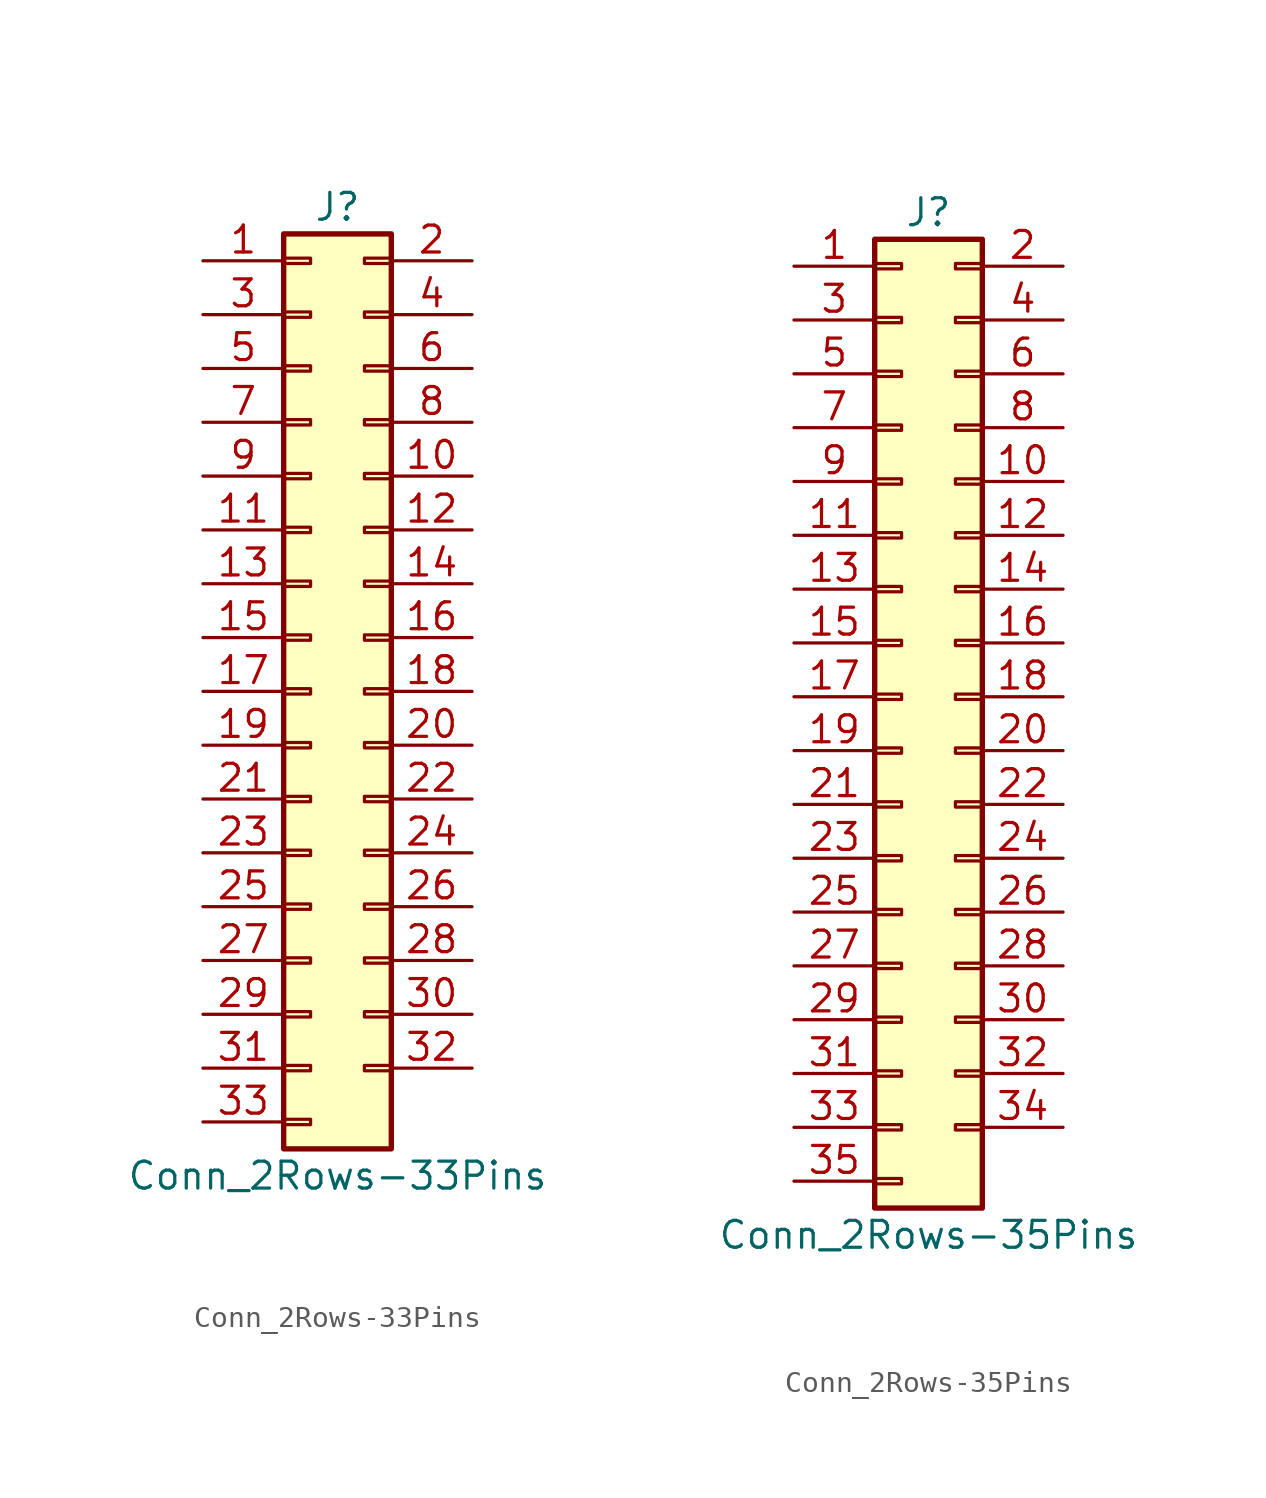
<source format=kicad_sym>
(kicad_symbol_lib
  (version 20220914)
  (generator kicad_symbol_editor)
  (symbol "Conn_2Rows-33Pins"
    (pin_names
      (offset 1.016) hide)
    (property "Reference" "J"
      (at 1.27 22.86 0)
      (effects (font (size 1.27 1.27))))
    (property "Value" "Conn_2Rows-33Pins"
      (at 1.27 -22.86 0)
      (effects (font (size 1.27 1.27))))
    (symbol "Conn_2Rows-33Pins_1_1"
      (rectangle (start -1.27 -20.193) (end 0 -20.447) (stroke (width 0.152) (type solid)) (fill (type none)))
      (rectangle (start -1.27 -17.653) (end 0 -17.907) (stroke (width 0.152) (type solid)) (fill (type none)))
      (rectangle (start -1.27 -15.113) (end 0 -15.367) (stroke (width 0.152) (type solid)) (fill (type none)))
      (rectangle (start -1.27 -12.573) (end 0 -12.827) (stroke (width 0.152) (type solid)) (fill (type none)))
      (rectangle (start -1.27 -10.033) (end 0 -10.287) (stroke (width 0.152) (type solid)) (fill (type none)))
      (rectangle (start -1.27 -7.493) (end 0 -7.747) (stroke (width 0.152) (type solid)) (fill (type none)))
      (rectangle (start -1.27 -4.953) (end 0 -5.207) (stroke (width 0.152) (type solid)) (fill (type none)))
      (rectangle (start -1.27 -2.413) (end 0 -2.667) (stroke (width 0.152) (type solid)) (fill (type none)))
      (rectangle (start -1.27 0.127) (end 0 -0.127) (stroke (width 0.152) (type solid)) (fill (type none)))
      (rectangle (start -1.27 2.667) (end 0 2.413) (stroke (width 0.152) (type solid)) (fill (type none)))
      (rectangle (start -1.27 5.207) (end 0 4.953) (stroke (width 0.152) (type solid)) (fill (type none)))
      (rectangle (start -1.27 7.747) (end 0 7.493) (stroke (width 0.152) (type solid)) (fill (type none)))
      (rectangle (start -1.27 10.287) (end 0 10.033) (stroke (width 0.152) (type solid)) (fill (type none)))
      (rectangle (start -1.27 12.827) (end 0 12.573) (stroke (width 0.152) (type solid)) (fill (type none)))
      (rectangle (start -1.27 15.367) (end 0 15.113) (stroke (width 0.152) (type solid)) (fill (type none)))
      (rectangle (start -1.27 17.907) (end 0 17.653) (stroke (width 0.152) (type solid)) (fill (type none)))
      (rectangle (start -1.27 20.447) (end 0 20.193) (stroke (width 0.152) (type solid)) (fill (type none)))
      (rectangle (start -1.27 21.59) (end 3.81 -21.59) (stroke (width 0.254) (type solid)) (fill (type background)))
      (rectangle (start 3.81 -17.653) (end 2.54 -17.907) (stroke (width 0.152) (type solid)) (fill (type none)))
      (rectangle (start 3.81 -15.113) (end 2.54 -15.367) (stroke (width 0.152) (type solid)) (fill (type none)))
      (rectangle (start 3.81 -12.573) (end 2.54 -12.827) (stroke (width 0.152) (type solid)) (fill (type none)))
      (rectangle (start 3.81 -10.033) (end 2.54 -10.287) (stroke (width 0.152) (type solid)) (fill (type none)))
      (rectangle (start 3.81 -7.493) (end 2.54 -7.747) (stroke (width 0.152) (type solid)) (fill (type none)))
      (rectangle (start 3.81 -4.953) (end 2.54 -5.207) (stroke (width 0.152) (type solid)) (fill (type none)))
      (rectangle (start 3.81 -2.413) (end 2.54 -2.667) (stroke (width 0.152) (type solid)) (fill (type none)))
      (rectangle (start 3.81 0.127) (end 2.54 -0.127) (stroke (width 0.152) (type solid)) (fill (type none)))
      (rectangle (start 3.81 2.667) (end 2.54 2.413) (stroke (width 0.152) (type solid)) (fill (type none)))
      (rectangle (start 3.81 5.207) (end 2.54 4.953) (stroke (width 0.152) (type solid)) (fill (type none)))
      (rectangle (start 3.81 7.747) (end 2.54 7.493) (stroke (width 0.152) (type solid)) (fill (type none)))
      (rectangle (start 3.81 10.287) (end 2.54 10.033) (stroke (width 0.152) (type solid)) (fill (type none)))
      (rectangle (start 3.81 12.827) (end 2.54 12.573) (stroke (width 0.152) (type solid)) (fill (type none)))
      (rectangle (start 3.81 15.367) (end 2.54 15.113) (stroke (width 0.152) (type solid)) (fill (type none)))
      (rectangle (start 3.81 17.907) (end 2.54 17.653) (stroke (width 0.152) (type solid)) (fill (type none)))
      (rectangle (start 3.81 20.447) (end 2.54 20.193) (stroke (width 0.152) (type solid)) (fill (type none)))
      (pin passive line (at -5.08 20.32 0) (length 3.81) (name "Pin_1" (effects (font (size 1.27 1.27)))) (number "1" (effects (font (size 1.27 1.27)))))
      (pin passive line (at 7.62 10.16 180) (length 3.81) (name "Pin_10" (effects (font (size 1.27 1.27)))) (number "10" (effects (font (size 1.27 1.27)))))
      (pin passive line (at -5.08 7.62 0) (length 3.81) (name "Pin_11" (effects (font (size 1.27 1.27)))) (number "11" (effects (font (size 1.27 1.27)))))
      (pin passive line (at 7.62 7.62 180) (length 3.81) (name "Pin_12" (effects (font (size 1.27 1.27)))) (number "12" (effects (font (size 1.27 1.27)))))
      (pin passive line (at -5.08 5.08 0) (length 3.81) (name "Pin_13" (effects (font (size 1.27 1.27)))) (number "13" (effects (font (size 1.27 1.27)))))
      (pin passive line (at 7.62 5.08 180) (length 3.81) (name "Pin_14" (effects (font (size 1.27 1.27)))) (number "14" (effects (font (size 1.27 1.27)))))
      (pin passive line (at -5.08 2.54 0) (length 3.81) (name "Pin_15" (effects (font (size 1.27 1.27)))) (number "15" (effects (font (size 1.27 1.27)))))
      (pin passive line (at 7.62 2.54 180) (length 3.81) (name "Pin_16" (effects (font (size 1.27 1.27)))) (number "16" (effects (font (size 1.27 1.27)))))
      (pin passive line (at -5.08 0 0) (length 3.81) (name "Pin_17" (effects (font (size 1.27 1.27)))) (number "17" (effects (font (size 1.27 1.27)))))
      (pin passive line (at 7.62 0 180) (length 3.81) (name "Pin_18" (effects (font (size 1.27 1.27)))) (number "18" (effects (font (size 1.27 1.27)))))
      (pin passive line (at -5.08 -2.54 0) (length 3.81) (name "Pin_19" (effects (font (size 1.27 1.27)))) (number "19" (effects (font (size 1.27 1.27)))))
      (pin passive line (at 7.62 20.32 180) (length 3.81) (name "Pin_2" (effects (font (size 1.27 1.27)))) (number "2" (effects (font (size 1.27 1.27)))))
      (pin passive line (at 7.62 -2.54 180) (length 3.81) (name "Pin_20" (effects (font (size 1.27 1.27)))) (number "20" (effects (font (size 1.27 1.27)))))
      (pin passive line (at -5.08 -5.08 0) (length 3.81) (name "Pin_21" (effects (font (size 1.27 1.27)))) (number "21" (effects (font (size 1.27 1.27)))))
      (pin passive line (at 7.62 -5.08 180) (length 3.81) (name "Pin_22" (effects (font (size 1.27 1.27)))) (number "22" (effects (font (size 1.27 1.27)))))
      (pin passive line (at -5.08 -7.62 0) (length 3.81) (name "Pin_23" (effects (font (size 1.27 1.27)))) (number "23" (effects (font (size 1.27 1.27)))))
      (pin passive line (at 7.62 -7.62 180) (length 3.81) (name "Pin_24" (effects (font (size 1.27 1.27)))) (number "24" (effects (font (size 1.27 1.27)))))
      (pin passive line (at -5.08 -10.16 0) (length 3.81) (name "Pin_25" (effects (font (size 1.27 1.27)))) (number "25" (effects (font (size 1.27 1.27)))))
      (pin passive line (at 7.62 -10.16 180) (length 3.81) (name "Pin_26" (effects (font (size 1.27 1.27)))) (number "26" (effects (font (size 1.27 1.27)))))
      (pin passive line (at -5.08 -12.7 0) (length 3.81) (name "Pin_27" (effects (font (size 1.27 1.27)))) (number "27" (effects (font (size 1.27 1.27)))))
      (pin passive line (at 7.62 -12.7 180) (length 3.81) (name "Pin_28" (effects (font (size 1.27 1.27)))) (number "28" (effects (font (size 1.27 1.27)))))
      (pin passive line (at -5.08 -15.24 0) (length 3.81) (name "Pin_29" (effects (font (size 1.27 1.27)))) (number "29" (effects (font (size 1.27 1.27)))))
      (pin passive line (at -5.08 17.78 0) (length 3.81) (name "Pin_3" (effects (font (size 1.27 1.27)))) (number "3" (effects (font (size 1.27 1.27)))))
      (pin passive line (at 7.62 -15.24 180) (length 3.81) (name "Pin_30" (effects (font (size 1.27 1.27)))) (number "30" (effects (font (size 1.27 1.27)))))
      (pin passive line (at -5.08 -17.78 0) (length 3.81) (name "Pin_31" (effects (font (size 1.27 1.27)))) (number "31" (effects (font (size 1.27 1.27)))))
      (pin passive line (at 7.62 -17.78 180) (length 3.81) (name "Pin_32" (effects (font (size 1.27 1.27)))) (number "32" (effects (font (size 1.27 1.27)))))
      (pin passive line (at -5.08 -20.32 0) (length 3.81) (name "Pin_33" (effects (font (size 1.27 1.27)))) (number "33" (effects (font (size 1.27 1.27)))))
      (pin passive line (at 7.62 17.78 180) (length 3.81) (name "Pin_4" (effects (font (size 1.27 1.27)))) (number "4" (effects (font (size 1.27 1.27)))))
      (pin passive line (at -5.08 15.24 0) (length 3.81) (name "Pin_5" (effects (font (size 1.27 1.27)))) (number "5" (effects (font (size 1.27 1.27)))))
      (pin passive line (at 7.62 15.24 180) (length 3.81) (name "Pin_6" (effects (font (size 1.27 1.27)))) (number "6" (effects (font (size 1.27 1.27)))))
      (pin passive line (at -5.08 12.7 0) (length 3.81) (name "Pin_7" (effects (font (size 1.27 1.27)))) (number "7" (effects (font (size 1.27 1.27)))))
      (pin passive line (at 7.62 12.7 180) (length 3.81) (name "Pin_8" (effects (font (size 1.27 1.27)))) (number "8" (effects (font (size 1.27 1.27)))))
      (pin passive line (at -5.08 10.16 0) (length 3.81) (name "Pin_9" (effects (font (size 1.27 1.27)))) (number "9" (effects (font (size 1.27 1.27)))))))
  (symbol "Conn_2Rows-35Pins"
    (pin_names
      (offset 1.016) hide)
    (property "Reference" "J"
      (at 1.27 22.86 0)
      (effects (font (size 1.27 1.27))))
    (property "Value" "Conn_2Rows-35Pins"
      (at 1.27 -25.4 0)
      (effects (font (size 1.27 1.27))))
    (symbol "Conn_2Rows-35Pins_1_1"
      (rectangle (start -1.27 -22.733) (end 0 -22.987) (stroke (width 0.152) (type solid)) (fill (type none)))
      (rectangle (start -1.27 -20.193) (end 0 -20.447) (stroke (width 0.152) (type solid)) (fill (type none)))
      (rectangle (start -1.27 -17.653) (end 0 -17.907) (stroke (width 0.152) (type solid)) (fill (type none)))
      (rectangle (start -1.27 -15.113) (end 0 -15.367) (stroke (width 0.152) (type solid)) (fill (type none)))
      (rectangle (start -1.27 -12.573) (end 0 -12.827) (stroke (width 0.152) (type solid)) (fill (type none)))
      (rectangle (start -1.27 -10.033) (end 0 -10.287) (stroke (width 0.152) (type solid)) (fill (type none)))
      (rectangle (start -1.27 -7.493) (end 0 -7.747) (stroke (width 0.152) (type solid)) (fill (type none)))
      (rectangle (start -1.27 -4.953) (end 0 -5.207) (stroke (width 0.152) (type solid)) (fill (type none)))
      (rectangle (start -1.27 -2.413) (end 0 -2.667) (stroke (width 0.152) (type solid)) (fill (type none)))
      (rectangle (start -1.27 0.127) (end 0 -0.127) (stroke (width 0.152) (type solid)) (fill (type none)))
      (rectangle (start -1.27 2.667) (end 0 2.413) (stroke (width 0.152) (type solid)) (fill (type none)))
      (rectangle (start -1.27 5.207) (end 0 4.953) (stroke (width 0.152) (type solid)) (fill (type none)))
      (rectangle (start -1.27 7.747) (end 0 7.493) (stroke (width 0.152) (type solid)) (fill (type none)))
      (rectangle (start -1.27 10.287) (end 0 10.033) (stroke (width 0.152) (type solid)) (fill (type none)))
      (rectangle (start -1.27 12.827) (end 0 12.573) (stroke (width 0.152) (type solid)) (fill (type none)))
      (rectangle (start -1.27 15.367) (end 0 15.113) (stroke (width 0.152) (type solid)) (fill (type none)))
      (rectangle (start -1.27 17.907) (end 0 17.653) (stroke (width 0.152) (type solid)) (fill (type none)))
      (rectangle (start -1.27 20.447) (end 0 20.193) (stroke (width 0.152) (type solid)) (fill (type none)))
      (rectangle (start -1.27 21.59) (end 3.81 -24.13) (stroke (width 0.254) (type solid)) (fill (type background)))
      (rectangle (start 3.81 -20.193) (end 2.54 -20.447) (stroke (width 0.152) (type solid)) (fill (type none)))
      (rectangle (start 3.81 -17.653) (end 2.54 -17.907) (stroke (width 0.152) (type solid)) (fill (type none)))
      (rectangle (start 3.81 -15.113) (end 2.54 -15.367) (stroke (width 0.152) (type solid)) (fill (type none)))
      (rectangle (start 3.81 -12.573) (end 2.54 -12.827) (stroke (width 0.152) (type solid)) (fill (type none)))
      (rectangle (start 3.81 -10.033) (end 2.54 -10.287) (stroke (width 0.152) (type solid)) (fill (type none)))
      (rectangle (start 3.81 -7.493) (end 2.54 -7.747) (stroke (width 0.152) (type solid)) (fill (type none)))
      (rectangle (start 3.81 -4.953) (end 2.54 -5.207) (stroke (width 0.152) (type solid)) (fill (type none)))
      (rectangle (start 3.81 -2.413) (end 2.54 -2.667) (stroke (width 0.152) (type solid)) (fill (type none)))
      (rectangle (start 3.81 0.127) (end 2.54 -0.127) (stroke (width 0.152) (type solid)) (fill (type none)))
      (rectangle (start 3.81 2.667) (end 2.54 2.413) (stroke (width 0.152) (type solid)) (fill (type none)))
      (rectangle (start 3.81 5.207) (end 2.54 4.953) (stroke (width 0.152) (type solid)) (fill (type none)))
      (rectangle (start 3.81 7.747) (end 2.54 7.493) (stroke (width 0.152) (type solid)) (fill (type none)))
      (rectangle (start 3.81 10.287) (end 2.54 10.033) (stroke (width 0.152) (type solid)) (fill (type none)))
      (rectangle (start 3.81 12.827) (end 2.54 12.573) (stroke (width 0.152) (type solid)) (fill (type none)))
      (rectangle (start 3.81 15.367) (end 2.54 15.113) (stroke (width 0.152) (type solid)) (fill (type none)))
      (rectangle (start 3.81 17.907) (end 2.54 17.653) (stroke (width 0.152) (type solid)) (fill (type none)))
      (rectangle (start 3.81 20.447) (end 2.54 20.193) (stroke (width 0.152) (type solid)) (fill (type none)))
      (pin passive line (at -5.08 20.32 0) (length 3.81) (name "Pin_1" (effects (font (size 1.27 1.27)))) (number "1" (effects (font (size 1.27 1.27)))))
      (pin passive line (at 7.62 10.16 180) (length 3.81) (name "Pin_10" (effects (font (size 1.27 1.27)))) (number "10" (effects (font (size 1.27 1.27)))))
      (pin passive line (at -5.08 7.62 0) (length 3.81) (name "Pin_11" (effects (font (size 1.27 1.27)))) (number "11" (effects (font (size 1.27 1.27)))))
      (pin passive line (at 7.62 7.62 180) (length 3.81) (name "Pin_12" (effects (font (size 1.27 1.27)))) (number "12" (effects (font (size 1.27 1.27)))))
      (pin passive line (at -5.08 5.08 0) (length 3.81) (name "Pin_13" (effects (font (size 1.27 1.27)))) (number "13" (effects (font (size 1.27 1.27)))))
      (pin passive line (at 7.62 5.08 180) (length 3.81) (name "Pin_14" (effects (font (size 1.27 1.27)))) (number "14" (effects (font (size 1.27 1.27)))))
      (pin passive line (at -5.08 2.54 0) (length 3.81) (name "Pin_15" (effects (font (size 1.27 1.27)))) (number "15" (effects (font (size 1.27 1.27)))))
      (pin passive line (at 7.62 2.54 180) (length 3.81) (name "Pin_16" (effects (font (size 1.27 1.27)))) (number "16" (effects (font (size 1.27 1.27)))))
      (pin passive line (at -5.08 0 0) (length 3.81) (name "Pin_17" (effects (font (size 1.27 1.27)))) (number "17" (effects (font (size 1.27 1.27)))))
      (pin passive line (at 7.62 0 180) (length 3.81) (name "Pin_18" (effects (font (size 1.27 1.27)))) (number "18" (effects (font (size 1.27 1.27)))))
      (pin passive line (at -5.08 -2.54 0) (length 3.81) (name "Pin_19" (effects (font (size 1.27 1.27)))) (number "19" (effects (font (size 1.27 1.27)))))
      (pin passive line (at 7.62 20.32 180) (length 3.81) (name "Pin_2" (effects (font (size 1.27 1.27)))) (number "2" (effects (font (size 1.27 1.27)))))
      (pin passive line (at 7.62 -2.54 180) (length 3.81) (name "Pin_20" (effects (font (size 1.27 1.27)))) (number "20" (effects (font (size 1.27 1.27)))))
      (pin passive line (at -5.08 -5.08 0) (length 3.81) (name "Pin_21" (effects (font (size 1.27 1.27)))) (number "21" (effects (font (size 1.27 1.27)))))
      (pin passive line (at 7.62 -5.08 180) (length 3.81) (name "Pin_22" (effects (font (size 1.27 1.27)))) (number "22" (effects (font (size 1.27 1.27)))))
      (pin passive line (at -5.08 -7.62 0) (length 3.81) (name "Pin_23" (effects (font (size 1.27 1.27)))) (number "23" (effects (font (size 1.27 1.27)))))
      (pin passive line (at 7.62 -7.62 180) (length 3.81) (name "Pin_24" (effects (font (size 1.27 1.27)))) (number "24" (effects (font (size 1.27 1.27)))))
      (pin passive line (at -5.08 -10.16 0) (length 3.81) (name "Pin_25" (effects (font (size 1.27 1.27)))) (number "25" (effects (font (size 1.27 1.27)))))
      (pin passive line (at 7.62 -10.16 180) (length 3.81) (name "Pin_26" (effects (font (size 1.27 1.27)))) (number "26" (effects (font (size 1.27 1.27)))))
      (pin passive line (at -5.08 -12.7 0) (length 3.81) (name "Pin_27" (effects (font (size 1.27 1.27)))) (number "27" (effects (font (size 1.27 1.27)))))
      (pin passive line (at 7.62 -12.7 180) (length 3.81) (name "Pin_28" (effects (font (size 1.27 1.27)))) (number "28" (effects (font (size 1.27 1.27)))))
      (pin passive line (at -5.08 -15.24 0) (length 3.81) (name "Pin_29" (effects (font (size 1.27 1.27)))) (number "29" (effects (font (size 1.27 1.27)))))
      (pin passive line (at -5.08 17.78 0) (length 3.81) (name "Pin_3" (effects (font (size 1.27 1.27)))) (number "3" (effects (font (size 1.27 1.27)))))
      (pin passive line (at 7.62 -15.24 180) (length 3.81) (name "Pin_30" (effects (font (size 1.27 1.27)))) (number "30" (effects (font (size 1.27 1.27)))))
      (pin passive line (at -5.08 -17.78 0) (length 3.81) (name "Pin_31" (effects (font (size 1.27 1.27)))) (number "31" (effects (font (size 1.27 1.27)))))
      (pin passive line (at 7.62 -17.78 180) (length 3.81) (name "Pin_32" (effects (font (size 1.27 1.27)))) (number "32" (effects (font (size 1.27 1.27)))))
      (pin passive line (at -5.08 -20.32 0) (length 3.81) (name "Pin_33" (effects (font (size 1.27 1.27)))) (number "33" (effects (font (size 1.27 1.27)))))
      (pin passive line (at 7.62 -20.32 180) (length 3.81) (name "Pin_34" (effects (font (size 1.27 1.27)))) (number "34" (effects (font (size 1.27 1.27)))))
      (pin passive line (at -5.08 -22.86 0) (length 3.81) (name "Pin_35" (effects (font (size 1.27 1.27)))) (number "35" (effects (font (size 1.27 1.27)))))
      (pin passive line (at 7.62 17.78 180) (length 3.81) (name "Pin_4" (effects (font (size 1.27 1.27)))) (number "4" (effects (font (size 1.27 1.27)))))
      (pin passive line (at -5.08 15.24 0) (length 3.81) (name "Pin_5" (effects (font (size 1.27 1.27)))) (number "5" (effects (font (size 1.27 1.27)))))
      (pin passive line (at 7.62 15.24 180) (length 3.81) (name "Pin_6" (effects (font (size 1.27 1.27)))) (number "6" (effects (font (size 1.27 1.27)))))
      (pin passive line (at -5.08 12.7 0) (length 3.81) (name "Pin_7" (effects (font (size 1.27 1.27)))) (number "7" (effects (font (size 1.27 1.27)))))
      (pin passive line (at 7.62 12.7 180) (length 3.81) (name "Pin_8" (effects (font (size 1.27 1.27)))) (number "8" (effects (font (size 1.27 1.27)))))
      (pin passive line (at -5.08 10.16 0) (length 3.81) (name "Pin_9" (effects (font (size 1.27 1.27)))) (number "9" (effects (font (size 1.27 1.27))))))))
</source>
